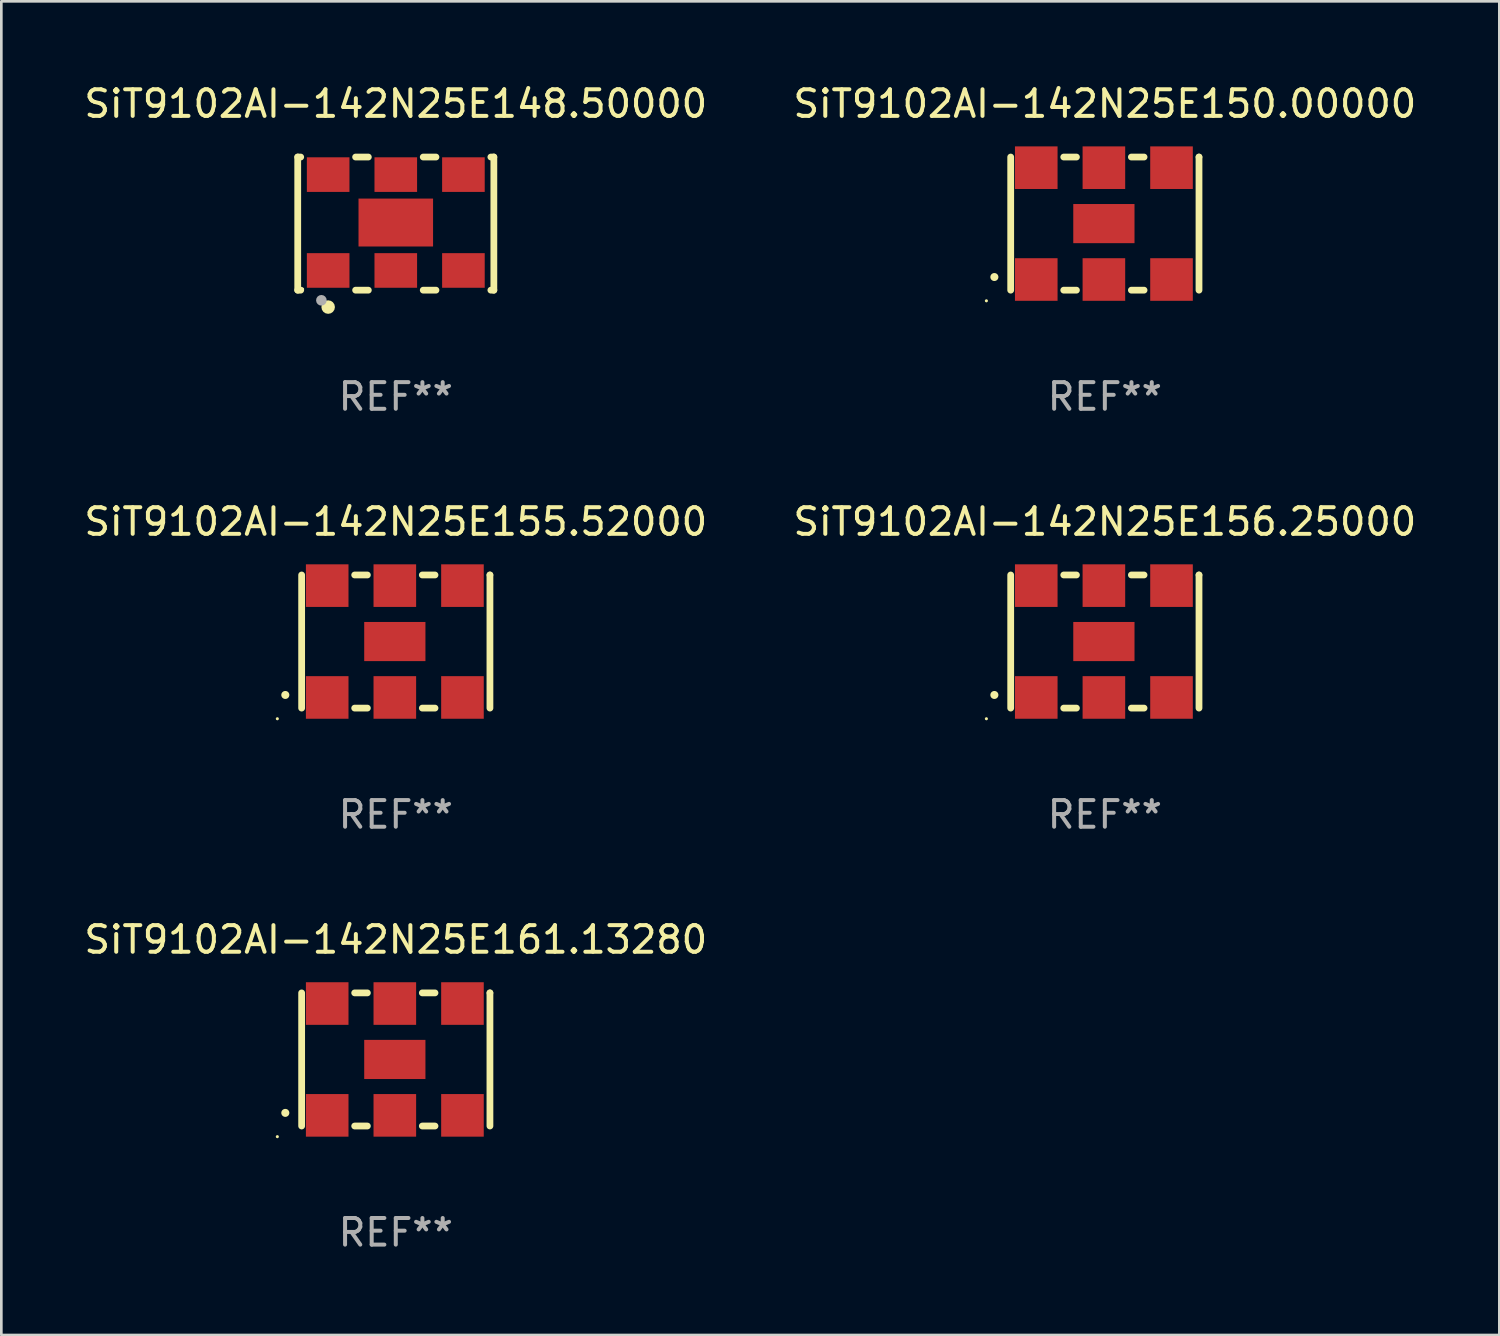
<source format=kicad_pcb>
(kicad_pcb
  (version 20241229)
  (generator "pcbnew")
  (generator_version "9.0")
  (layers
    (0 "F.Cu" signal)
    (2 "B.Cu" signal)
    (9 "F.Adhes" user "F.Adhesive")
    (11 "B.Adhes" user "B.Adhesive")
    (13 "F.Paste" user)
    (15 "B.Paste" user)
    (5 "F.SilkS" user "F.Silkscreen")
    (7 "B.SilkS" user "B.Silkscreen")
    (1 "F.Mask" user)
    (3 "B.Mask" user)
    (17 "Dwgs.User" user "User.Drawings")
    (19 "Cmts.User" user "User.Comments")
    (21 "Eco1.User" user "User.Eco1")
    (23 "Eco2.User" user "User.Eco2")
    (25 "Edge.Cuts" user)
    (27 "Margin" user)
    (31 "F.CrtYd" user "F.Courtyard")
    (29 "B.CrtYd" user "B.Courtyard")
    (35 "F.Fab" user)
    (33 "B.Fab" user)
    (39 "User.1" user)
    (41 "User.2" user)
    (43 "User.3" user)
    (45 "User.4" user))
  (footprint "SiT9102AI-142N25E148.50000"
    (layer "F.Cu")
    (at 11.815 5.348)
    (property "Reference" "SiT9102AI-142N25E148.50000" (at 0 -4.5 0) (layer "F.SilkS") (effects (font (size 1 1) (thickness 0.15))))
    (attr through_hole)
    (fp_line (start -3.683 -2.5) (end -3.571 -2.5) (stroke (width 0.254) (type solid)) (layer "F.SilkS"))
    (fp_line (start -3.683 2.5) (end -3.683 -2.5) (stroke (width 0.254) (type solid)) (layer "F.SilkS"))
    (fp_line (start -3.683 2.5) (end -3.571 2.5) (stroke (width 0.254) (type solid)) (layer "F.SilkS"))
    (fp_line (start -1.509 -2.5) (end -1.031 -2.5) (stroke (width 0.254) (type solid)) (layer "F.SilkS"))
    (fp_line (start -1.509 2.5) (end -1.031 2.5) (stroke (width 0.254) (type solid)) (layer "F.SilkS"))
    (fp_line (start 1.031 -2.5) (end 1.509 -2.5) (stroke (width 0.254) (type solid)) (layer "F.SilkS"))
    (fp_line (start 1.031 2.5) (end 1.509 2.5) (stroke (width 0.254) (type solid)) (layer "F.SilkS"))
    (fp_line (start 3.571 -2.5) (end 3.683 -2.5) (stroke (width 0.254) (type solid)) (layer "F.SilkS"))
    (fp_line (start 3.571 2.5) (end 3.683 2.5) (stroke (width 0.254) (type solid)) (layer "F.SilkS"))
    (fp_line (start 3.683 2.5) (end 3.683 -2.5) (stroke (width 0.254) (type solid)) (layer "F.SilkS"))
    (fp_circle (center -3.5 2.46) (end -3.47 2.46) (stroke (width 0.06) (type solid)) (fill no) (layer "F.SilkS"))
    (fp_circle (center -2.54 3.135) (end -2.413 3.135) (stroke (width 0.254) (type solid)) (fill no) (layer "F.SilkS"))
    (fp_circle (center -2.794 2.881) (end -2.694 2.881) (stroke (width 0.2) (type solid)) (fill no) (layer "F.Fab"))
    (fp_text user "REF**" (at 0 6.5 0) (layer "F.Fab") (effects (font (size 1 1) (thickness 0.15))))
    (pad "1" smd rect (at -2.54 1.76) (size 1.6 1.3) (layers "F.Cu" "F.Mask" "F.Paste"))
    (pad "2" smd rect (at 0 1.76) (size 1.6 1.3) (layers "F.Cu" "F.Mask" "F.Paste"))
    (pad "3" smd rect (at 2.54 1.76) (size 1.6 1.3) (layers "F.Cu" "F.Mask" "F.Paste"))
    (pad "4" smd rect (at 2.54 -1.84) (size 1.6 1.3) (layers "F.Cu" "F.Mask" "F.Paste"))
    (pad "5" smd rect (at 0 -1.84) (size 1.6 1.3) (layers "F.Cu" "F.Mask" "F.Paste"))
    (pad "6" smd rect (at -2.54 -1.84) (size 1.6 1.3) (layers "F.Cu" "F.Mask" "F.Paste"))
    (pad "7" smd rect (at 0 -0.04) (size 2.8 1.8) (layers "F.Cu" "F.Mask" "F.Paste")))
  (footprint "SiT9102AI-142N25E155.52000"
    (layer "F.Cu")
    (at 11.815 21.045)
    (property "Reference" "SiT9102AI-142N25E155.52000" (at 0 -4.5 0) (layer "F.SilkS") (effects (font (size 1 1) (thickness 0.15))))
    (attr through_hole)
    (fp_line (start -3.536 -2.5) (end -3.536 2.5) (stroke (width 0.254) (type solid)) (layer "F.SilkS"))
    (fp_line (start -1.544 2.5) (end -1.067 2.5) (stroke (width 0.254) (type solid)) (layer "F.SilkS"))
    (fp_line (start -1.067 -2.5) (end -1.544 -2.5) (stroke (width 0.254) (type solid)) (layer "F.SilkS"))
    (fp_line (start 0.996 2.5) (end 1.473 2.5) (stroke (width 0.254) (type solid)) (layer "F.SilkS"))
    (fp_line (start 1.473 -2.5) (end 0.996 -2.5) (stroke (width 0.254) (type solid)) (layer "F.SilkS"))
    (fp_line (start 3.536 -2.5) (end 3.536 -2.5) (stroke (width 0.254) (type solid)) (layer "F.SilkS"))
    (fp_line (start 3.536 2.5) (end 3.536 -2.5) (stroke (width 0.254) (type solid)) (layer "F.SilkS"))
    (fp_arc (start -4.150432 2.006604) (mid -4.149162 2.006599) (end -4.147892 2.006604) (stroke (width 0.3) (type solid)) (layer "F.SilkS"))
    (fp_circle (center -4.449 2.9) (end -4.419 2.9) (stroke (width 0.06) (type solid)) (fill no) (layer "F.SilkS"))
    (fp_text user "REF**" (at 0 6.5 0) (layer "F.Fab") (effects (font (size 1 1) (thickness 0.15))))
    (pad "1" smd rect (at -2.576 2.1) (size 1.6 1.6) (layers "F.Cu" "F.Mask" "F.Paste"))
    (pad "2" smd rect (at -0.036 2.1) (size 1.6 1.6) (layers "F.Cu" "F.Mask" "F.Paste"))
    (pad "3" smd rect (at 2.504 2.1) (size 1.6 1.6) (layers "F.Cu" "F.Mask" "F.Paste"))
    (pad "4" smd rect (at 2.504 -2.1) (size 1.6 1.6) (layers "F.Cu" "F.Mask" "F.Paste"))
    (pad "5" smd rect (at -0.036 -2.1) (size 1.6 1.6) (layers "F.Cu" "F.Mask" "F.Paste"))
    (pad "6" smd rect (at -2.576 -2.1) (size 1.6 1.6) (layers "F.Cu" "F.Mask" "F.Paste"))
    (pad "7" smd rect (at -0.036 0) (size 2.3 1.47) (layers "F.Cu" "F.Mask" "F.Paste")))
  (footprint "SiT9102AI-142N25E161.13280"
    (layer "F.Cu")
    (at 11.815 36.741)
    (property "Reference" "SiT9102AI-142N25E161.13280" (at 0 -4.5 0) (layer "F.SilkS") (effects (font (size 1 1) (thickness 0.15))))
    (attr through_hole)
    (fp_line (start -3.536 -2.5) (end -3.536 2.5) (stroke (width 0.254) (type solid)) (layer "F.SilkS"))
    (fp_line (start -1.544 2.5) (end -1.067 2.5) (stroke (width 0.254) (type solid)) (layer "F.SilkS"))
    (fp_line (start -1.067 -2.5) (end -1.544 -2.5) (stroke (width 0.254) (type solid)) (layer "F.SilkS"))
    (fp_line (start 0.996 2.5) (end 1.473 2.5) (stroke (width 0.254) (type solid)) (layer "F.SilkS"))
    (fp_line (start 1.473 -2.5) (end 0.996 -2.5) (stroke (width 0.254) (type solid)) (layer "F.SilkS"))
    (fp_line (start 3.536 -2.5) (end 3.536 -2.5) (stroke (width 0.254) (type solid)) (layer "F.SilkS"))
    (fp_line (start 3.536 2.5) (end 3.536 -2.5) (stroke (width 0.254) (type solid)) (layer "F.SilkS"))
    (fp_arc (start -4.150432 2.006604) (mid -4.149162 2.006599) (end -4.147892 2.006604) (stroke (width 0.3) (type solid)) (layer "F.SilkS"))
    (fp_circle (center -4.449 2.9) (end -4.419 2.9) (stroke (width 0.06) (type solid)) (fill no) (layer "F.SilkS"))
    (fp_text user "REF**" (at 0 6.5 0) (layer "F.Fab") (effects (font (size 1 1) (thickness 0.15))))
    (pad "1" smd rect (at -2.576 2.1) (size 1.6 1.6) (layers "F.Cu" "F.Mask" "F.Paste"))
    (pad "2" smd rect (at -0.036 2.1) (size 1.6 1.6) (layers "F.Cu" "F.Mask" "F.Paste"))
    (pad "3" smd rect (at 2.504 2.1) (size 1.6 1.6) (layers "F.Cu" "F.Mask" "F.Paste"))
    (pad "4" smd rect (at 2.504 -2.1) (size 1.6 1.6) (layers "F.Cu" "F.Mask" "F.Paste"))
    (pad "5" smd rect (at -0.036 -2.1) (size 1.6 1.6) (layers "F.Cu" "F.Mask" "F.Paste"))
    (pad "6" smd rect (at -2.576 -2.1) (size 1.6 1.6) (layers "F.Cu" "F.Mask" "F.Paste"))
    (pad "7" smd rect (at -0.036 0) (size 2.3 1.47) (layers "F.Cu" "F.Mask" "F.Paste")))
  (footprint "SiT9102AI-142N25E150.00000"
    (layer "F.Cu")
    (at 38.446 5.348)
    (property "Reference" "SiT9102AI-142N25E150.00000" (at 0 -4.5 0) (layer "F.SilkS") (effects (font (size 1 1) (thickness 0.15))))
    (attr through_hole)
    (fp_line (start -3.536 -2.5) (end -3.536 2.5) (stroke (width 0.254) (type solid)) (layer "F.SilkS"))
    (fp_line (start -1.544 2.5) (end -1.067 2.5) (stroke (width 0.254) (type solid)) (layer "F.SilkS"))
    (fp_line (start -1.067 -2.5) (end -1.544 -2.5) (stroke (width 0.254) (type solid)) (layer "F.SilkS"))
    (fp_line (start 0.996 2.5) (end 1.473 2.5) (stroke (width 0.254) (type solid)) (layer "F.SilkS"))
    (fp_line (start 1.473 -2.5) (end 0.996 -2.5) (stroke (width 0.254) (type solid)) (layer "F.SilkS"))
    (fp_line (start 3.536 -2.5) (end 3.536 -2.5) (stroke (width 0.254) (type solid)) (layer "F.SilkS"))
    (fp_line (start 3.536 2.5) (end 3.536 -2.5) (stroke (width 0.254) (type solid)) (layer "F.SilkS"))
    (fp_arc (start -4.150432 2.006604) (mid -4.149162 2.006599) (end -4.147892 2.006604) (stroke (width 0.3) (type solid)) (layer "F.SilkS"))
    (fp_circle (center -4.449 2.9) (end -4.419 2.9) (stroke (width 0.06) (type solid)) (fill no) (layer "F.SilkS"))
    (fp_text user "REF**" (at 0 6.5 0) (layer "F.Fab") (effects (font (size 1 1) (thickness 0.15))))
    (pad "1" smd rect (at -2.576 2.1) (size 1.6 1.6) (layers "F.Cu" "F.Mask" "F.Paste"))
    (pad "2" smd rect (at -0.036 2.1) (size 1.6 1.6) (layers "F.Cu" "F.Mask" "F.Paste"))
    (pad "3" smd rect (at 2.504 2.1) (size 1.6 1.6) (layers "F.Cu" "F.Mask" "F.Paste"))
    (pad "4" smd rect (at 2.504 -2.1) (size 1.6 1.6) (layers "F.Cu" "F.Mask" "F.Paste"))
    (pad "5" smd rect (at -0.036 -2.1) (size 1.6 1.6) (layers "F.Cu" "F.Mask" "F.Paste"))
    (pad "6" smd rect (at -2.576 -2.1) (size 1.6 1.6) (layers "F.Cu" "F.Mask" "F.Paste"))
    (pad "7" smd rect (at -0.036 0) (size 2.3 1.47) (layers "F.Cu" "F.Mask" "F.Paste")))
  (footprint "SiT9102AI-142N25E156.25000"
    (layer "F.Cu")
    (at 38.446 21.045)
    (property "Reference" "SiT9102AI-142N25E156.25000" (at 0 -4.5 0) (layer "F.SilkS") (effects (font (size 1 1) (thickness 0.15))))
    (attr through_hole)
    (fp_line (start -3.536 -2.5) (end -3.536 2.5) (stroke (width 0.254) (type solid)) (layer "F.SilkS"))
    (fp_line (start -1.544 2.5) (end -1.067 2.5) (stroke (width 0.254) (type solid)) (layer "F.SilkS"))
    (fp_line (start -1.067 -2.5) (end -1.544 -2.5) (stroke (width 0.254) (type solid)) (layer "F.SilkS"))
    (fp_line (start 0.996 2.5) (end 1.473 2.5) (stroke (width 0.254) (type solid)) (layer "F.SilkS"))
    (fp_line (start 1.473 -2.5) (end 0.996 -2.5) (stroke (width 0.254) (type solid)) (layer "F.SilkS"))
    (fp_line (start 3.536 -2.5) (end 3.536 -2.5) (stroke (width 0.254) (type solid)) (layer "F.SilkS"))
    (fp_line (start 3.536 2.5) (end 3.536 -2.5) (stroke (width 0.254) (type solid)) (layer "F.SilkS"))
    (fp_arc (start -4.150432 2.006604) (mid -4.149162 2.006599) (end -4.147892 2.006604) (stroke (width 0.3) (type solid)) (layer "F.SilkS"))
    (fp_circle (center -4.449 2.9) (end -4.419 2.9) (stroke (width 0.06) (type solid)) (fill no) (layer "F.SilkS"))
    (fp_text user "REF**" (at 0 6.5 0) (layer "F.Fab") (effects (font (size 1 1) (thickness 0.15))))
    (pad "1" smd rect (at -2.576 2.1) (size 1.6 1.6) (layers "F.Cu" "F.Mask" "F.Paste"))
    (pad "2" smd rect (at -0.036 2.1) (size 1.6 1.6) (layers "F.Cu" "F.Mask" "F.Paste"))
    (pad "3" smd rect (at 2.504 2.1) (size 1.6 1.6) (layers "F.Cu" "F.Mask" "F.Paste"))
    (pad "4" smd rect (at 2.504 -2.1) (size 1.6 1.6) (layers "F.Cu" "F.Mask" "F.Paste"))
    (pad "5" smd rect (at -0.036 -2.1) (size 1.6 1.6) (layers "F.Cu" "F.Mask" "F.Paste"))
    (pad "6" smd rect (at -2.576 -2.1) (size 1.6 1.6) (layers "F.Cu" "F.Mask" "F.Paste"))
    (pad "7" smd rect (at -0.036 0) (size 2.3 1.47) (layers "F.Cu" "F.Mask" "F.Paste")))
  (gr_rect
    (start -3 -3)
    (end 53.262 47.09)
    (stroke (width 0.1) (type default))
    (fill no)
    (layer "Edge.Cuts")))
</source>
